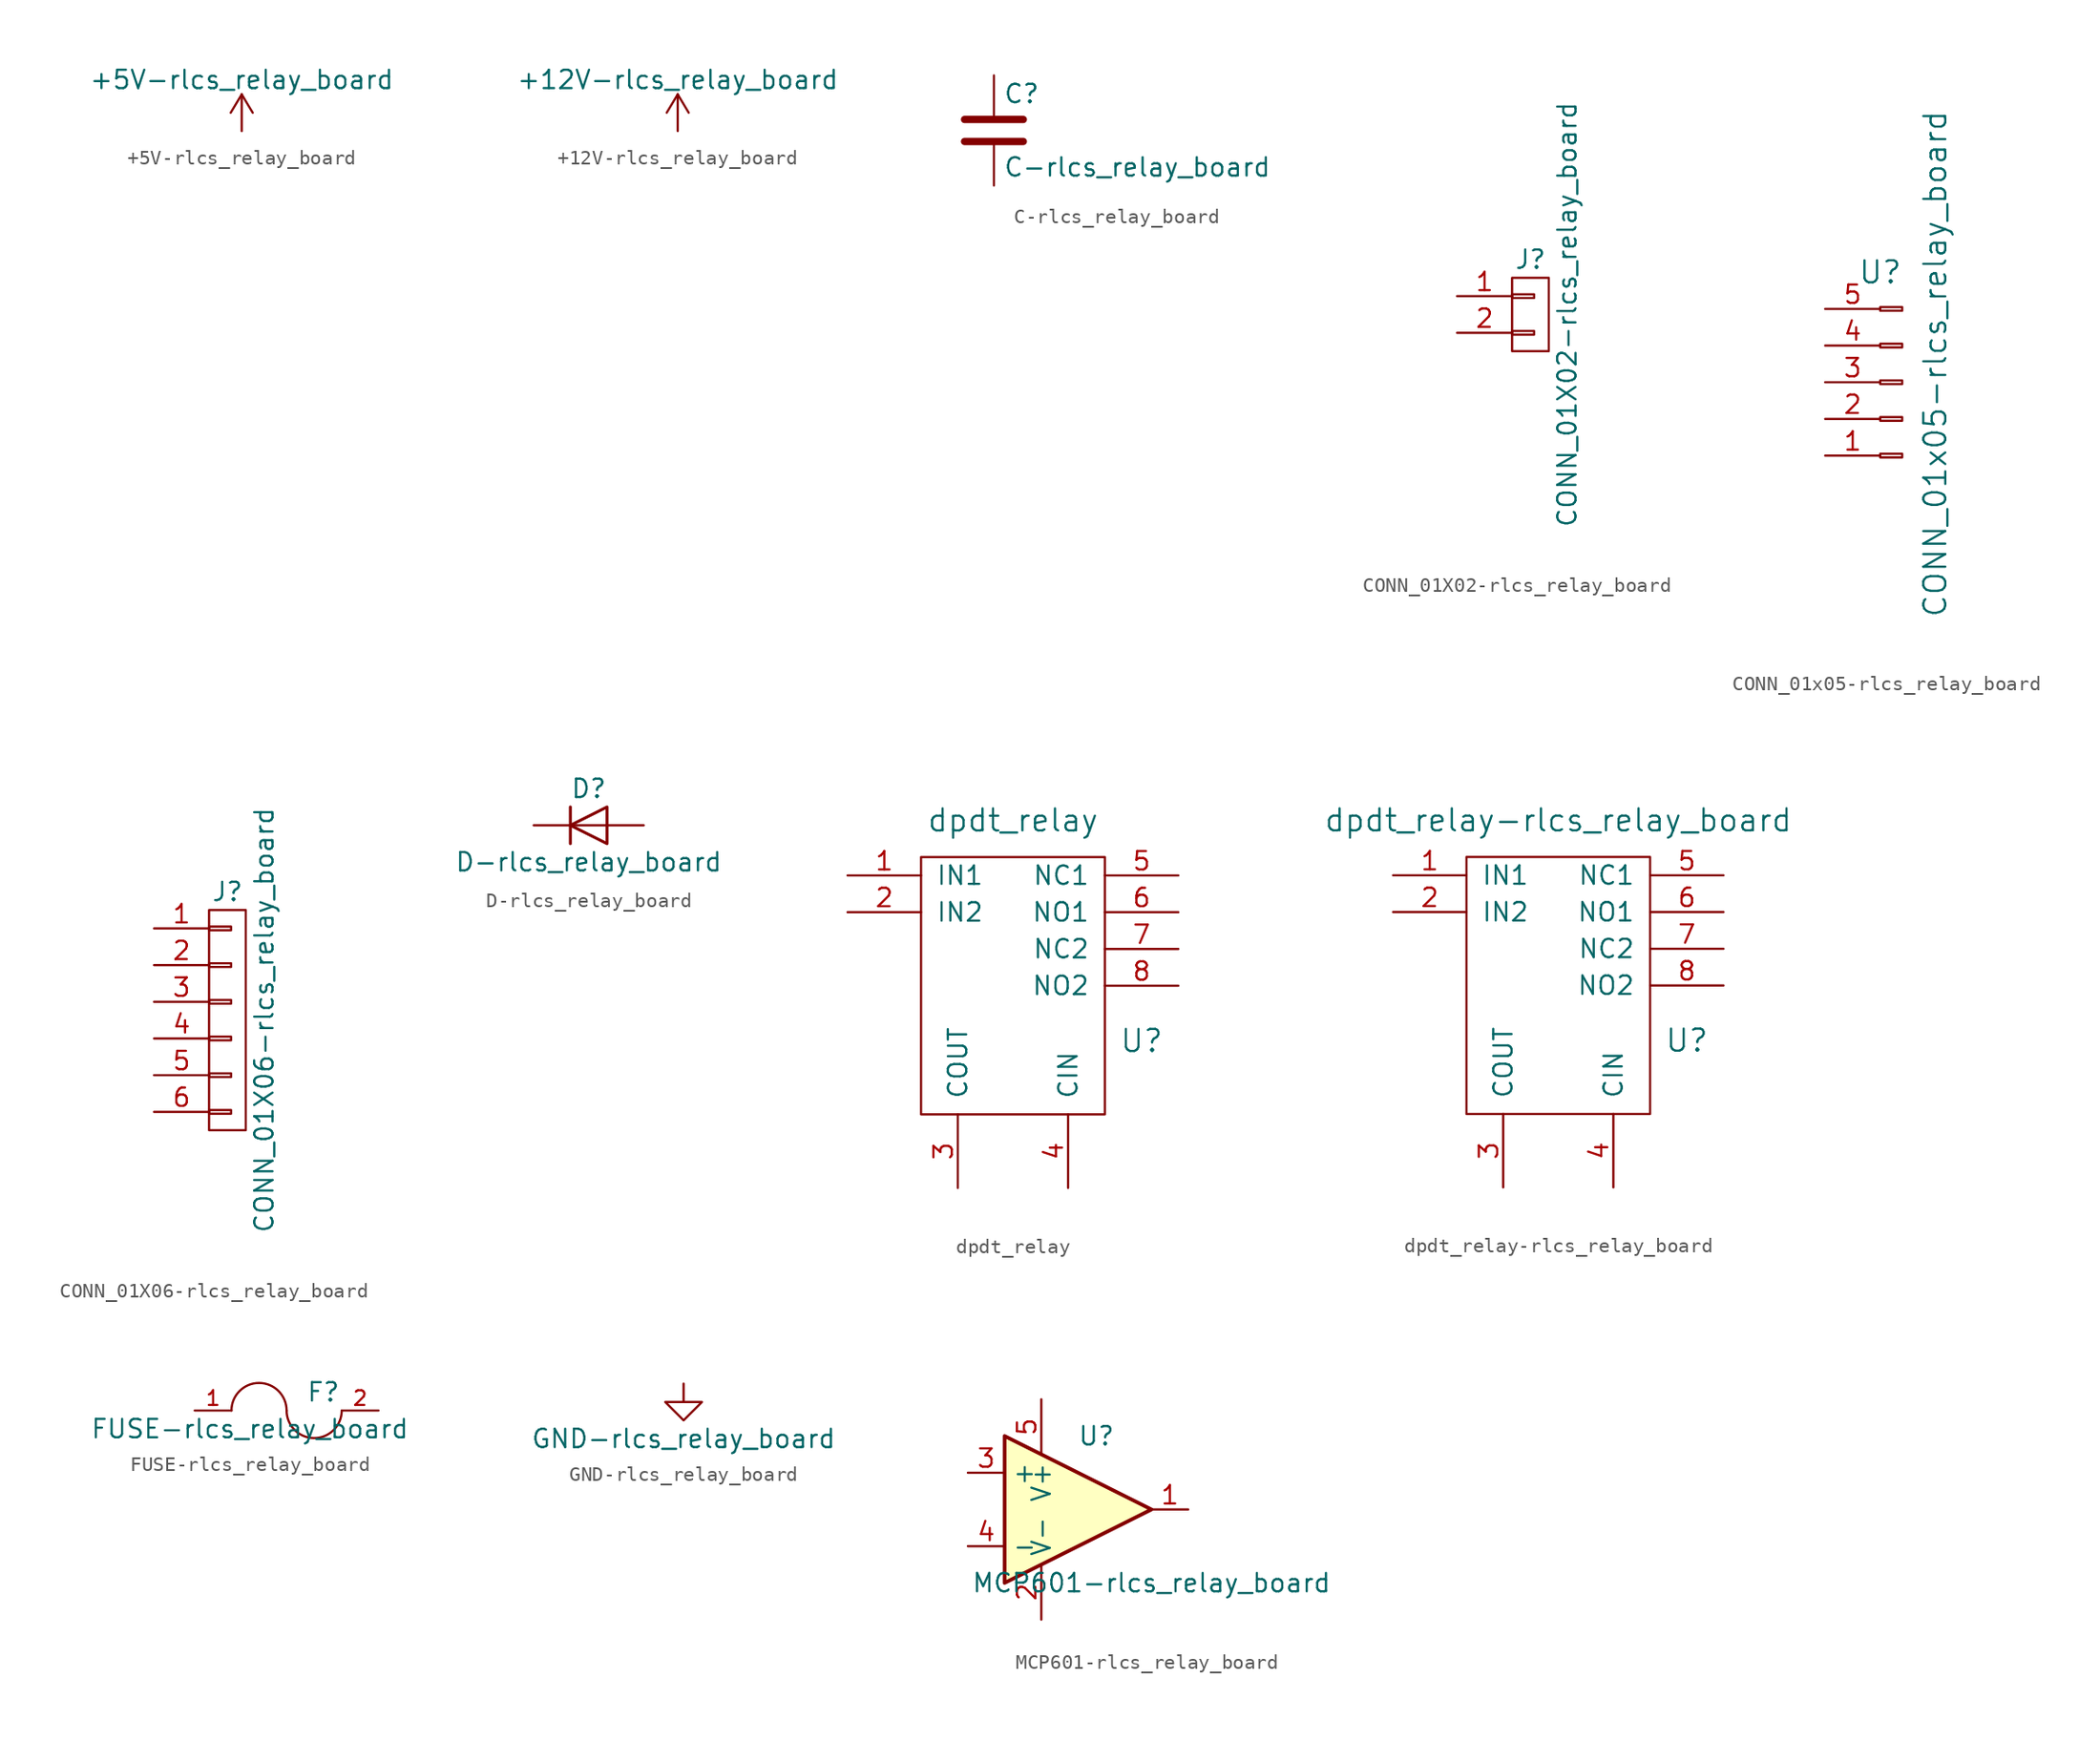
<source format=kicad_sym>
(kicad_symbol_lib
  (version 20211014)
  (generator kicad_symbol_editor)
  (symbol "+5V-rlcs_relay_board"
    (power)
    (pin_names
      (offset 0))
    (property "Reference" "#PWR"
      (at 0 -3.81 0)
      (effects (font (size 1.27 1.27)) hide))
    (property "Value" "+5V-rlcs_relay_board"
      (at 0 3.556 0)
      (effects (font (size 1.27 1.27))))
    (symbol "+5V-rlcs_relay_board_0_1"
      (polyline (pts (xy -0.762 1.27) (xy 0 2.54)) (stroke (width 0) (type default) (color 0 0 0 0)) (fill (type none)))
      (polyline (pts (xy 0 0) (xy 0 2.54)) (stroke (width 0) (type default) (color 0 0 0 0)) (fill (type none)))
      (polyline (pts (xy 0 2.54) (xy 0.762 1.27)) (stroke (width 0) (type default) (color 0 0 0 0)) (fill (type none))))
    (symbol "+5V-rlcs_relay_board_1_1"
      (pin power_in line (at 0 0 90) (length 0) hide (name "+5V" (effects (font (size 1.27 1.27)))) (number "1" (effects (font (size 1.27 1.27)))))))
  (symbol "+12V-rlcs_relay_board"
    (power)
    (pin_names
      (offset 0))
    (property "Reference" "#PWR"
      (at 0 -3.81 0)
      (effects (font (size 1.27 1.27)) hide))
    (property "Value" "+12V-rlcs_relay_board"
      (at 0 3.556 0)
      (effects (font (size 1.27 1.27))))
    (symbol "+12V-rlcs_relay_board_0_1"
      (polyline (pts (xy -0.762 1.27) (xy 0 2.54)) (stroke (width 0) (type default) (color 0 0 0 0)) (fill (type none)))
      (polyline (pts (xy 0 0) (xy 0 2.54)) (stroke (width 0) (type default) (color 0 0 0 0)) (fill (type none)))
      (polyline (pts (xy 0 2.54) (xy 0.762 1.27)) (stroke (width 0) (type default) (color 0 0 0 0)) (fill (type none))))
    (symbol "+12V-rlcs_relay_board_1_1"
      (pin power_in line (at 0 0 90) (length 0) hide (name "+12V" (effects (font (size 1.27 1.27)))) (number "1" (effects (font (size 1.27 1.27)))))))
  (symbol "C-rlcs_relay_board"
    (pin_numbers hide)
    (pin_names
      (offset 0.254))
    (property "Reference" "C"
      (at 0.635 2.54 0)
      (effects (font (size 1.27 1.27)) (justify left)))
    (property "Value" "C-rlcs_relay_board"
      (at 0.635 -2.54 0)
      (effects (font (size 1.27 1.27)) (justify left)))
    (symbol "C-rlcs_relay_board_0_1"
      (polyline (pts (xy -2.032 -0.762) (xy 2.032 -0.762)) (stroke (width 0.508) (type default) (color 0 0 0 0)) (fill (type none)))
      (polyline (pts (xy -2.032 0.762) (xy 2.032 0.762)) (stroke (width 0.508) (type default) (color 0 0 0 0)) (fill (type none))))
    (symbol "C-rlcs_relay_board_1_1"
      (pin passive line (at 0 3.81 270) (length 2.794) (name "~" (effects (font (size 1.27 1.27)))) (number "1" (effects (font (size 1.27 1.27)))))
      (pin passive line (at 0 -3.81 90) (length 2.794) (name "~" (effects (font (size 1.27 1.27)))) (number "2" (effects (font (size 1.27 1.27)))))))
  (symbol "CONN_01X02-rlcs_relay_board"
    (pin_names
      (offset 1.016) hide)
    (property "Reference" "J"
      (at 0 3.81 0)
      (effects (font (size 1.27 1.27))))
    (property "Value" "CONN_01X02-rlcs_relay_board"
      (at 2.54 0 90)
      (effects (font (size 1.27 1.27))))
    (symbol "CONN_01X02-rlcs_relay_board_0_1"
      (rectangle (start -1.27 -1.143) (end 0.254 -1.397) (stroke (width 0) (type default) (color 0 0 0 0)) (fill (type none)))
      (rectangle (start -1.27 1.397) (end 0.254 1.143) (stroke (width 0) (type default) (color 0 0 0 0)) (fill (type none)))
      (rectangle (start -1.27 2.54) (end 1.27 -2.54) (stroke (width 0) (type default) (color 0 0 0 0)) (fill (type none))))
    (symbol "CONN_01X02-rlcs_relay_board_1_1"
      (pin passive line (at -5.08 1.27 0) (length 3.81) (name "P1" (effects (font (size 1.27 1.27)))) (number "1" (effects (font (size 1.27 1.27)))))
      (pin passive line (at -5.08 -1.27 0) (length 3.81) (name "P2" (effects (font (size 1.27 1.27)))) (number "2" (effects (font (size 1.27 1.27)))))))
  (symbol "CONN_01x05-rlcs_relay_board"
    (pin_names
      (offset 1.016))
    (property "Reference" "U"
      (at 0 2.54 0)
      (effects (font (size 1.524 1.524))))
    (property "Value" "CONN_01x05-rlcs_relay_board"
      (at 3.81 -3.81 90)
      (effects (font (size 1.524 1.524))))
    (symbol "CONN_01x05-rlcs_relay_board_1_1"
      (rectangle (start 0 -10.033) (end 1.524 -10.287) (stroke (width 0) (type default) (color 0 0 0 0)) (fill (type none)))
      (rectangle (start 0 -7.493) (end 1.524 -7.747) (stroke (width 0) (type default) (color 0 0 0 0)) (fill (type none)))
      (rectangle (start 0 -4.953) (end 1.524 -5.207) (stroke (width 0) (type default) (color 0 0 0 0)) (fill (type none)))
      (rectangle (start 0 -2.413) (end 1.524 -2.667) (stroke (width 0) (type default) (color 0 0 0 0)) (fill (type none)))
      (rectangle (start 0 0.127) (end 1.524 -0.127) (stroke (width 0) (type default) (color 0 0 0 0)) (fill (type none)))
      (pin passive line (at -3.81 -10.16 0) (length 3.81) (name "~" (effects (font (size 1.27 1.27)))) (number "1" (effects (font (size 1.27 1.27)))))
      (pin passive line (at -3.81 -7.62 0) (length 3.81) (name "~" (effects (font (size 1.27 1.27)))) (number "2" (effects (font (size 1.27 1.27)))))
      (pin passive line (at -3.81 -5.08 0) (length 3.81) (name "~" (effects (font (size 1.27 1.27)))) (number "3" (effects (font (size 1.27 1.27)))))
      (pin passive line (at -3.81 -2.54 0) (length 3.81) (name "~" (effects (font (size 1.27 1.27)))) (number "4" (effects (font (size 1.27 1.27)))))
      (pin passive line (at -3.81 0 0) (length 3.81) (name "~" (effects (font (size 1.27 1.27)))) (number "5" (effects (font (size 1.27 1.27)))))))
  (symbol "CONN_01X06-rlcs_relay_board"
    (pin_names
      (offset 1.016) hide)
    (property "Reference" "J"
      (at 0 8.89 0)
      (effects (font (size 1.27 1.27))))
    (property "Value" "CONN_01X06-rlcs_relay_board"
      (at 2.54 0 90)
      (effects (font (size 1.27 1.27))))
    (symbol "CONN_01X06-rlcs_relay_board_0_1"
      (rectangle (start -1.27 -6.223) (end 0.254 -6.477) (stroke (width 0) (type default) (color 0 0 0 0)) (fill (type none)))
      (rectangle (start -1.27 -3.683) (end 0.254 -3.937) (stroke (width 0) (type default) (color 0 0 0 0)) (fill (type none)))
      (rectangle (start -1.27 -1.143) (end 0.254 -1.397) (stroke (width 0) (type default) (color 0 0 0 0)) (fill (type none)))
      (rectangle (start -1.27 1.397) (end 0.254 1.143) (stroke (width 0) (type default) (color 0 0 0 0)) (fill (type none)))
      (rectangle (start -1.27 3.937) (end 0.254 3.683) (stroke (width 0) (type default) (color 0 0 0 0)) (fill (type none)))
      (rectangle (start -1.27 6.477) (end 0.254 6.223) (stroke (width 0) (type default) (color 0 0 0 0)) (fill (type none)))
      (rectangle (start -1.27 7.62) (end 1.27 -7.62) (stroke (width 0) (type default) (color 0 0 0 0)) (fill (type none))))
    (symbol "CONN_01X06-rlcs_relay_board_1_1"
      (pin passive line (at -5.08 6.35 0) (length 3.81) (name "P1" (effects (font (size 1.27 1.27)))) (number "1" (effects (font (size 1.27 1.27)))))
      (pin passive line (at -5.08 3.81 0) (length 3.81) (name "P2" (effects (font (size 1.27 1.27)))) (number "2" (effects (font (size 1.27 1.27)))))
      (pin passive line (at -5.08 1.27 0) (length 3.81) (name "P3" (effects (font (size 1.27 1.27)))) (number "3" (effects (font (size 1.27 1.27)))))
      (pin passive line (at -5.08 -1.27 0) (length 3.81) (name "P4" (effects (font (size 1.27 1.27)))) (number "4" (effects (font (size 1.27 1.27)))))
      (pin passive line (at -5.08 -3.81 0) (length 3.81) (name "P5" (effects (font (size 1.27 1.27)))) (number "5" (effects (font (size 1.27 1.27)))))
      (pin passive line (at -5.08 -6.35 0) (length 3.81) (name "P6" (effects (font (size 1.27 1.27)))) (number "6" (effects (font (size 1.27 1.27)))))))
  (symbol "D-rlcs_relay_board"
    (pin_numbers hide)
    (pin_names
      (offset 1.016) hide)
    (property "Reference" "D"
      (at 0 2.54 0)
      (effects (font (size 1.27 1.27))))
    (property "Value" "D-rlcs_relay_board"
      (at 0 -2.54 0)
      (effects (font (size 1.27 1.27))))
    (symbol "D-rlcs_relay_board_0_1"
      (polyline (pts (xy -1.27 1.27) (xy -1.27 -1.27)) (stroke (width 0.203) (type default) (color 0 0 0 0)) (fill (type none)))
      (polyline (pts (xy 1.27 0) (xy -1.27 0)) (stroke (width 0) (type default) (color 0 0 0 0)) (fill (type none)))
      (polyline (pts (xy 1.27 1.27) (xy 1.27 -1.27) (xy -1.27 0) (xy 1.27 1.27)) (stroke (width 0.203) (type default) (color 0 0 0 0)) (fill (type none))))
    (symbol "D-rlcs_relay_board_1_1"
      (pin passive line (at -3.81 0 0) (length 2.54) (name "K" (effects (font (size 1.27 1.27)))) (number "1" (effects (font (size 1.27 1.27)))))
      (pin passive line (at 3.81 0 180) (length 2.54) (name "A" (effects (font (size 1.27 1.27)))) (number "2" (effects (font (size 1.27 1.27)))))))
  (symbol "dpdt_relay"
    (pin_names
      (offset 1.016))
    (property "Reference" "U"
      (at 8.89 -15.24 0)
      (effects (font (size 1.524 1.524))))
    (property "Value" "dpdt_relay"
      (at 0 0 0)
      (effects (font (size 1.524 1.524))))
    (symbol "dpdt_relay_0_1"
      (rectangle (start -6.35 -2.54) (end 6.35 -20.32) (stroke (width 0) (type default) (color 0 0 0 0)) (fill (type none))))
    (symbol "dpdt_relay_1_1"
      (pin input line (at -11.43 -3.81 0) (length 5.08) (name "IN1" (effects (font (size 1.27 1.27)))) (number "1" (effects (font (size 1.27 1.27)))))
      (pin input line (at -11.43 -6.35 0) (length 5.08) (name "IN2" (effects (font (size 1.27 1.27)))) (number "2" (effects (font (size 1.27 1.27)))))
      (pin input line (at -3.81 -25.4 90) (length 5.08) (name "COUT" (effects (font (size 1.27 1.27)))) (number "3" (effects (font (size 1.27 1.27)))))
      (pin input line (at 3.81 -25.4 90) (length 5.08) (name "CIN" (effects (font (size 1.27 1.27)))) (number "4" (effects (font (size 1.27 1.27)))))
      (pin input line (at 11.43 -3.81 180) (length 5.08) (name "NC1" (effects (font (size 1.27 1.27)))) (number "5" (effects (font (size 1.27 1.27)))))
      (pin input line (at 11.43 -6.35 180) (length 5.08) (name "NO1" (effects (font (size 1.27 1.27)))) (number "6" (effects (font (size 1.27 1.27)))))
      (pin input line (at 11.43 -8.89 180) (length 5.08) (name "NC2" (effects (font (size 1.27 1.27)))) (number "7" (effects (font (size 1.27 1.27)))))
      (pin input line (at 11.43 -11.43 180) (length 5.08) (name "NO2" (effects (font (size 1.27 1.27)))) (number "8" (effects (font (size 1.27 1.27)))))))
  (symbol "dpdt_relay-rlcs_relay_board"
    (pin_names
      (offset 1.016))
    (property "Reference" "U"
      (at 8.89 -15.24 0)
      (effects (font (size 1.524 1.524))))
    (property "Value" "dpdt_relay-rlcs_relay_board"
      (at 0 0 0)
      (effects (font (size 1.524 1.524))))
    (symbol "dpdt_relay-rlcs_relay_board_0_1"
      (rectangle (start -6.35 -2.54) (end 6.35 -20.32) (stroke (width 0) (type default) (color 0 0 0 0)) (fill (type none))))
    (symbol "dpdt_relay-rlcs_relay_board_1_1"
      (pin input line (at -11.43 -3.81 0) (length 5.08) (name "IN1" (effects (font (size 1.27 1.27)))) (number "1" (effects (font (size 1.27 1.27)))))
      (pin input line (at -11.43 -6.35 0) (length 5.08) (name "IN2" (effects (font (size 1.27 1.27)))) (number "2" (effects (font (size 1.27 1.27)))))
      (pin input line (at -3.81 -25.4 90) (length 5.08) (name "COUT" (effects (font (size 1.27 1.27)))) (number "3" (effects (font (size 1.27 1.27)))))
      (pin input line (at 3.81 -25.4 90) (length 5.08) (name "CIN" (effects (font (size 1.27 1.27)))) (number "4" (effects (font (size 1.27 1.27)))))
      (pin input line (at 11.43 -3.81 180) (length 5.08) (name "NC1" (effects (font (size 1.27 1.27)))) (number "5" (effects (font (size 1.27 1.27)))))
      (pin input line (at 11.43 -6.35 180) (length 5.08) (name "NO1" (effects (font (size 1.27 1.27)))) (number "6" (effects (font (size 1.27 1.27)))))
      (pin input line (at 11.43 -8.89 180) (length 5.08) (name "NC2" (effects (font (size 1.27 1.27)))) (number "7" (effects (font (size 1.27 1.27)))))
      (pin input line (at 11.43 -11.43 180) (length 5.08) (name "NO2" (effects (font (size 1.27 1.27)))) (number "8" (effects (font (size 1.27 1.27)))))))
  (symbol "FUSE-rlcs_relay_board"
    (pin_names
      (offset 0.254))
    (property "Reference" "F"
      (at 2.54 1.27 0)
      (effects (font (size 1.27 1.27))))
    (property "Value" "FUSE-rlcs_relay_board"
      (at -2.54 -1.27 0)
      (effects (font (size 1.27 1.27))))
    (property "Footprint" ""
      (at 0 0 0)
      (effects (font (size 1.27 1.27))))
    (property "Datasheet" ""
      (at 0 0 0)
      (effects (font (size 1.27 1.27))))
    (symbol "FUSE-rlcs_relay_board_0_1"
      (arc (start 0 0) (mid -1.905 1.905) (end -3.81 0) (stroke (width 0) (type default) (color 0 0 0 0)) (fill (type none)))
      (arc (start 0 0) (mid 1.905 -1.905) (end 3.81 0) (stroke (width 0) (type default) (color 0 0 0 0)) (fill (type none))))
    (symbol "FUSE-rlcs_relay_board_1_1"
      (pin input line (at -6.35 0 0) (length 2.54) (name "~" (effects (font (size 1.016 1.016)))) (number "1" (effects (font (size 1.016 1.016)))))
      (pin input line (at 6.35 0 180) (length 2.54) (name "~" (effects (font (size 1.016 1.016)))) (number "2" (effects (font (size 1.016 1.016)))))))
  (symbol "GND-rlcs_relay_board"
    (power)
    (pin_names
      (offset 0))
    (property "Reference" "#PWR"
      (at 0 -6.35 0)
      (effects (font (size 1.27 1.27)) hide))
    (property "Value" "GND-rlcs_relay_board"
      (at 0 -3.81 0)
      (effects (font (size 1.27 1.27))))
    (symbol "GND-rlcs_relay_board_0_1"
      (polyline (pts (xy 0 0) (xy 0 -1.27) (xy 1.27 -1.27) (xy 0 -2.54) (xy -1.27 -1.27) (xy 0 -1.27)) (stroke (width 0) (type default) (color 0 0 0 0)) (fill (type none))))
    (symbol "GND-rlcs_relay_board_1_1"
      (pin power_in line (at 0 0 270) (length 0) hide (name "GND" (effects (font (size 1.27 1.27)))) (number "1" (effects (font (size 1.27 1.27)))))))
  (symbol "MCP601-rlcs_relay_board"
    (property "Reference" "U"
      (at 1.27 5.08 0)
      (effects (font (size 1.27 1.27))))
    (property "Value" "MCP601-rlcs_relay_board"
      (at 5.08 -5.08 0)
      (effects (font (size 1.27 1.27))))
    (property "Footprint" ""
      (at -1.27 2.54 0)
      (effects (font (size 1.27 1.27))))
    (property "Datasheet" ""
      (at 1.27 5.08 0)
      (effects (font (size 1.27 1.27))))
    (symbol "MCP601-rlcs_relay_board_0_1"
      (polyline (pts (xy -5.08 5.08) (xy 5.08 0) (xy -5.08 -5.08) (xy -5.08 5.08)) (stroke (width 0.254) (type default) (color 0 0 0 0)) (fill (type background))))
    (symbol "MCP601-rlcs_relay_board_1_1"
      (pin output line (at 7.62 0 180) (length 2.54) (name "~" (effects (font (size 1.27 1.27)))) (number "1" (effects (font (size 1.27 1.27)))))
      (pin input line (at -2.54 -7.62 90) (length 3.81) (name "V-" (effects (font (size 1.27 1.27)))) (number "2" (effects (font (size 1.27 1.27)))))
      (pin input line (at -7.62 2.54 0) (length 2.54) (name "+" (effects (font (size 1.27 1.27)))) (number "3" (effects (font (size 1.27 1.27)))))
      (pin input line (at -7.62 -2.54 0) (length 2.54) (name "-" (effects (font (size 1.27 1.27)))) (number "4" (effects (font (size 1.27 1.27)))))
      (pin input line (at -2.54 7.62 270) (length 3.81) (name "V+" (effects (font (size 1.27 1.27)))) (number "5" (effects (font (size 1.27 1.27))))))))
</source>
